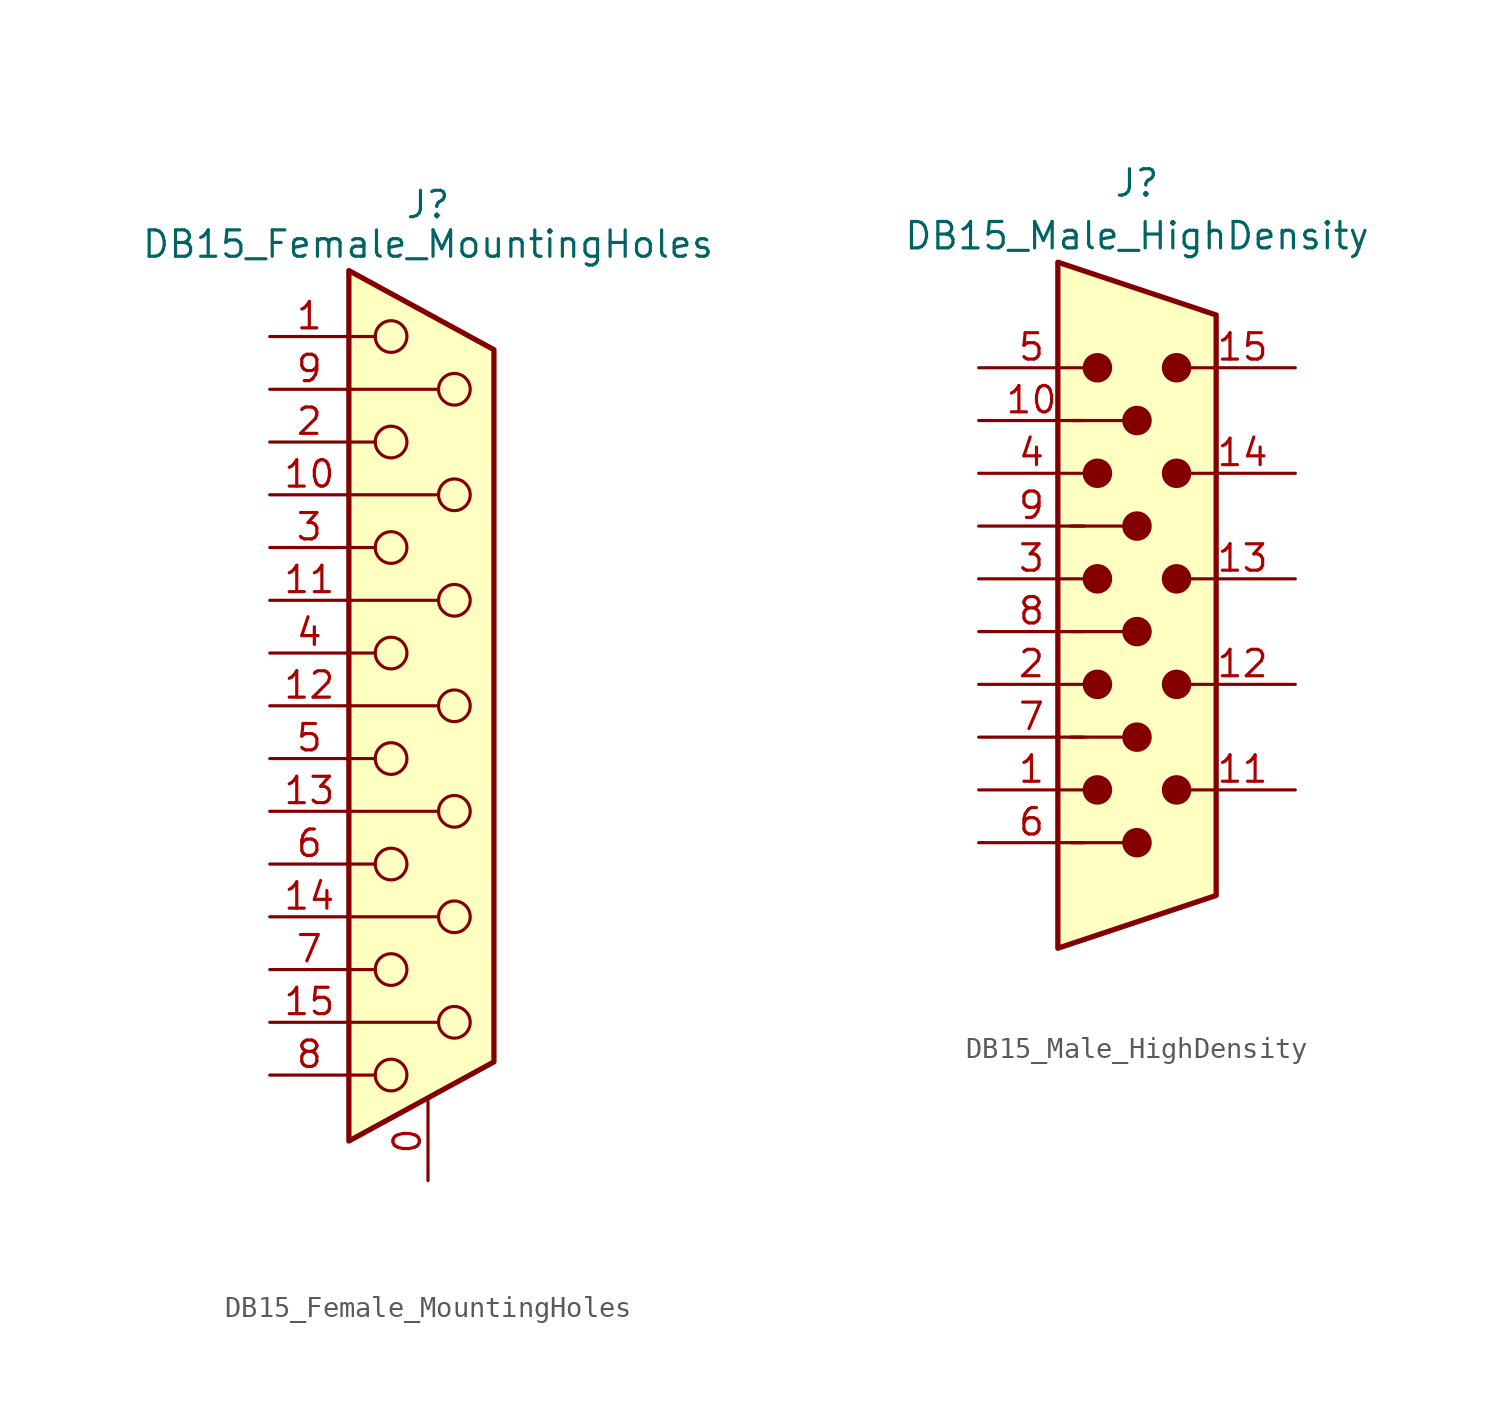
<source format=kicad_sym>
(kicad_symbol_lib
  (version 20211014)
  (generator kicad_symbol_editor)
  (symbol "DB15_Female_MountingHoles"
    (pin_names
      (offset 1.016) hide)
    (property "Reference" "J"
      (at 0 24.13 0)
      (effects (font (size 1.27 1.27))))
    (property "Value" "DB15_Female_MountingHoles"
      (at 0 22.225 0)
      (effects (font (size 1.27 1.27))))
    (symbol "DB15_Female_MountingHoles_0_1"
      (circle (center -1.778 -17.78) (radius 0.762) (stroke (width 0) (type default) (color 0 0 0 0)) (fill (type none)))
      (circle (center -1.778 -12.7) (radius 0.762) (stroke (width 0) (type default) (color 0 0 0 0)) (fill (type none)))
      (circle (center -1.778 -7.62) (radius 0.762) (stroke (width 0) (type default) (color 0 0 0 0)) (fill (type none)))
      (circle (center -1.778 -2.54) (radius 0.762) (stroke (width 0) (type default) (color 0 0 0 0)) (fill (type none)))
      (circle (center -1.778 2.54) (radius 0.762) (stroke (width 0) (type default) (color 0 0 0 0)) (fill (type none)))
      (circle (center -1.778 7.62) (radius 0.762) (stroke (width 0) (type default) (color 0 0 0 0)) (fill (type none)))
      (circle (center -1.778 12.7) (radius 0.762) (stroke (width 0) (type default) (color 0 0 0 0)) (fill (type none)))
      (circle (center -1.778 17.78) (radius 0.762) (stroke (width 0) (type default) (color 0 0 0 0)) (fill (type none)))
      (polyline (pts (xy -3.81 -17.78) (xy -2.54 -17.78)) (stroke (width 0) (type default) (color 0 0 0 0)) (fill (type none)))
      (polyline (pts (xy -3.81 -15.24) (xy 0.508 -15.24)) (stroke (width 0) (type default) (color 0 0 0 0)) (fill (type none)))
      (polyline (pts (xy -3.81 -12.7) (xy -2.54 -12.7)) (stroke (width 0) (type default) (color 0 0 0 0)) (fill (type none)))
      (polyline (pts (xy -3.81 -10.16) (xy 0.508 -10.16)) (stroke (width 0) (type default) (color 0 0 0 0)) (fill (type none)))
      (polyline (pts (xy -3.81 -7.62) (xy -2.54 -7.62)) (stroke (width 0) (type default) (color 0 0 0 0)) (fill (type none)))
      (polyline (pts (xy -3.81 -5.08) (xy 0.508 -5.08)) (stroke (width 0) (type default) (color 0 0 0 0)) (fill (type none)))
      (polyline (pts (xy -3.81 -2.54) (xy -2.54 -2.54)) (stroke (width 0) (type default) (color 0 0 0 0)) (fill (type none)))
      (polyline (pts (xy -3.81 0) (xy 0.508 0)) (stroke (width 0) (type default) (color 0 0 0 0)) (fill (type none)))
      (polyline (pts (xy -3.81 2.54) (xy -2.54 2.54)) (stroke (width 0) (type default) (color 0 0 0 0)) (fill (type none)))
      (polyline (pts (xy -3.81 5.08) (xy 0.508 5.08)) (stroke (width 0) (type default) (color 0 0 0 0)) (fill (type none)))
      (polyline (pts (xy -3.81 7.62) (xy -2.54 7.62)) (stroke (width 0) (type default) (color 0 0 0 0)) (fill (type none)))
      (polyline (pts (xy -3.81 10.16) (xy 0.508 10.16)) (stroke (width 0) (type default) (color 0 0 0 0)) (fill (type none)))
      (polyline (pts (xy -3.81 12.7) (xy -2.54 12.7)) (stroke (width 0) (type default) (color 0 0 0 0)) (fill (type none)))
      (polyline (pts (xy -3.81 15.24) (xy 0.508 15.24)) (stroke (width 0) (type default) (color 0 0 0 0)) (fill (type none)))
      (polyline (pts (xy -3.81 17.78) (xy -2.54 17.78)) (stroke (width 0) (type default) (color 0 0 0 0)) (fill (type none)))
      (polyline (pts (xy -3.81 20.955) (xy 3.175 17.145) (xy 3.175 -17.145) (xy -3.81 -20.955) (xy -3.81 20.955)) (stroke (width 0.254) (type default) (color 0 0 0 0)) (fill (type background)))
      (circle (center 1.27 -15.24) (radius 0.762) (stroke (width 0) (type default) (color 0 0 0 0)) (fill (type none)))
      (circle (center 1.27 -10.16) (radius 0.762) (stroke (width 0) (type default) (color 0 0 0 0)) (fill (type none)))
      (circle (center 1.27 -5.08) (radius 0.762) (stroke (width 0) (type default) (color 0 0 0 0)) (fill (type none)))
      (circle (center 1.27 0) (radius 0.762) (stroke (width 0) (type default) (color 0 0 0 0)) (fill (type none)))
      (circle (center 1.27 5.08) (radius 0.762) (stroke (width 0) (type default) (color 0 0 0 0)) (fill (type none)))
      (circle (center 1.27 10.16) (radius 0.762) (stroke (width 0) (type default) (color 0 0 0 0)) (fill (type none)))
      (circle (center 1.27 15.24) (radius 0.762) (stroke (width 0) (type default) (color 0 0 0 0)) (fill (type none))))
    (symbol "DB15_Female_MountingHoles_1_1"
      (pin passive line (at 0 -22.86 90) (length 3.81) (name "PAD" (effects (font (size 1.27 1.27)))) (number "0" (effects (font (size 1.27 1.27)))))
      (pin passive line (at -7.62 17.78 0) (length 3.81) (name "1" (effects (font (size 1.27 1.27)))) (number "1" (effects (font (size 1.27 1.27)))))
      (pin passive line (at -7.62 10.16 0) (length 3.81) (name "P10" (effects (font (size 1.27 1.27)))) (number "10" (effects (font (size 1.27 1.27)))))
      (pin passive line (at -7.62 5.08 0) (length 3.81) (name "P111" (effects (font (size 1.27 1.27)))) (number "11" (effects (font (size 1.27 1.27)))))
      (pin passive line (at -7.62 0 0) (length 3.81) (name "P12" (effects (font (size 1.27 1.27)))) (number "12" (effects (font (size 1.27 1.27)))))
      (pin passive line (at -7.62 -5.08 0) (length 3.81) (name "P13" (effects (font (size 1.27 1.27)))) (number "13" (effects (font (size 1.27 1.27)))))
      (pin passive line (at -7.62 -10.16 0) (length 3.81) (name "P14" (effects (font (size 1.27 1.27)))) (number "14" (effects (font (size 1.27 1.27)))))
      (pin passive line (at -7.62 -15.24 0) (length 3.81) (name "P15" (effects (font (size 1.27 1.27)))) (number "15" (effects (font (size 1.27 1.27)))))
      (pin passive line (at -7.62 12.7 0) (length 3.81) (name "2" (effects (font (size 1.27 1.27)))) (number "2" (effects (font (size 1.27 1.27)))))
      (pin passive line (at -7.62 7.62 0) (length 3.81) (name "3" (effects (font (size 1.27 1.27)))) (number "3" (effects (font (size 1.27 1.27)))))
      (pin passive line (at -7.62 2.54 0) (length 3.81) (name "4" (effects (font (size 1.27 1.27)))) (number "4" (effects (font (size 1.27 1.27)))))
      (pin passive line (at -7.62 -2.54 0) (length 3.81) (name "5" (effects (font (size 1.27 1.27)))) (number "5" (effects (font (size 1.27 1.27)))))
      (pin passive line (at -7.62 -7.62 0) (length 3.81) (name "6" (effects (font (size 1.27 1.27)))) (number "6" (effects (font (size 1.27 1.27)))))
      (pin passive line (at -7.62 -12.7 0) (length 3.81) (name "7" (effects (font (size 1.27 1.27)))) (number "7" (effects (font (size 1.27 1.27)))))
      (pin passive line (at -7.62 -17.78 0) (length 3.81) (name "8" (effects (font (size 1.27 1.27)))) (number "8" (effects (font (size 1.27 1.27)))))
      (pin passive line (at -7.62 15.24 0) (length 3.81) (name "P9" (effects (font (size 1.27 1.27)))) (number "9" (effects (font (size 1.27 1.27)))))))
  (symbol "DB15_Male_HighDensity"
    (pin_names
      (offset 1.016) hide)
    (property "Reference" "J"
      (at 0 21.59 0)
      (effects (font (size 1.27 1.27))))
    (property "Value" "DB15_Male_HighDensity"
      (at 0 19.05 0)
      (effects (font (size 1.27 1.27))))
    (symbol "DB15_Male_HighDensity_0_1"
      (circle (center -1.905 -7.62) (radius 0.635) (stroke (width 0) (type default) (color 0 0 0 0)) (fill (type outline)))
      (circle (center -1.905 -2.54) (radius 0.635) (stroke (width 0) (type default) (color 0 0 0 0)) (fill (type outline)))
      (circle (center -1.905 2.54) (radius 0.635) (stroke (width 0) (type default) (color 0 0 0 0)) (fill (type outline)))
      (circle (center -1.905 7.62) (radius 0.635) (stroke (width 0) (type default) (color 0 0 0 0)) (fill (type outline)))
      (circle (center -1.905 12.7) (radius 0.635) (stroke (width 0) (type default) (color 0 0 0 0)) (fill (type outline)))
      (circle (center 0 -10.16) (radius 0.635) (stroke (width 0) (type default) (color 0 0 0 0)) (fill (type outline)))
      (circle (center 0 -5.08) (radius 0.635) (stroke (width 0) (type default) (color 0 0 0 0)) (fill (type outline)))
      (polyline (pts (xy -3.175 -5.08) (xy -0.635 -5.08)) (stroke (width 0) (type default) (color 0 0 0 0)) (fill (type none)))
      (polyline (pts (xy -0.635 -10.16) (xy -3.175 -10.16)) (stroke (width 0) (type default) (color 0 0 0 0)) (fill (type none)))
      (polyline (pts (xy -0.635 0) (xy -3.175 0)) (stroke (width 0) (type default) (color 0 0 0 0)) (fill (type none)))
      (polyline (pts (xy -0.635 5.08) (xy -3.175 5.08)) (stroke (width 0) (type default) (color 0 0 0 0)) (fill (type none)))
      (polyline (pts (xy -0.635 10.16) (xy -3.175 10.16)) (stroke (width 0) (type default) (color 0 0 0 0)) (fill (type none)))
      (polyline (pts (xy -3.81 17.78) (xy -3.81 -15.24) (xy 3.81 -12.7) (xy 3.81 15.24) (xy -3.81 17.78)) (stroke (width 0.254) (type default) (color 0 0 0 0)) (fill (type background)))
      (circle (center 0 0) (radius 0.635) (stroke (width 0) (type default) (color 0 0 0 0)) (fill (type outline)))
      (circle (center 0 5.08) (radius 0.635) (stroke (width 0) (type default) (color 0 0 0 0)) (fill (type outline)))
      (circle (center 0 10.16) (radius 0.635) (stroke (width 0) (type default) (color 0 0 0 0)) (fill (type outline)))
      (circle (center 1.905 -7.62) (radius 0.635) (stroke (width 0) (type default) (color 0 0 0 0)) (fill (type outline)))
      (circle (center 1.905 -2.54) (radius 0.635) (stroke (width 0) (type default) (color 0 0 0 0)) (fill (type outline)))
      (circle (center 1.905 2.54) (radius 0.635) (stroke (width 0) (type default) (color 0 0 0 0)) (fill (type outline)))
      (circle (center 1.905 7.62) (radius 0.635) (stroke (width 0) (type default) (color 0 0 0 0)) (fill (type outline)))
      (circle (center 1.905 12.7) (radius 0.635) (stroke (width 0) (type default) (color 0 0 0 0)) (fill (type outline))))
    (symbol "DB15_Male_HighDensity_1_1"
      (pin passive line (at -7.62 -7.62 0) (length 5.08) (name "~" (effects (font (size 1.27 1.27)))) (number "1" (effects (font (size 1.27 1.27)))))
      (pin passive line (at -7.62 10.16 0) (length 5.08) (name "~" (effects (font (size 1.27 1.27)))) (number "10" (effects (font (size 1.27 1.27)))))
      (pin passive line (at 7.62 -7.62 180) (length 5.08) (name "~" (effects (font (size 1.27 1.27)))) (number "11" (effects (font (size 1.27 1.27)))))
      (pin passive line (at 7.62 -2.54 180) (length 5.08) (name "~" (effects (font (size 1.27 1.27)))) (number "12" (effects (font (size 1.27 1.27)))))
      (pin passive line (at 7.62 2.54 180) (length 5.08) (name "~" (effects (font (size 1.27 1.27)))) (number "13" (effects (font (size 1.27 1.27)))))
      (pin passive line (at 7.62 7.62 180) (length 5.08) (name "~" (effects (font (size 1.27 1.27)))) (number "14" (effects (font (size 1.27 1.27)))))
      (pin passive line (at 7.62 12.7 180) (length 5.08) (name "~" (effects (font (size 1.27 1.27)))) (number "15" (effects (font (size 1.27 1.27)))))
      (pin passive line (at -7.62 -2.54 0) (length 5.08) (name "~" (effects (font (size 1.27 1.27)))) (number "2" (effects (font (size 1.27 1.27)))))
      (pin passive line (at -7.62 2.54 0) (length 5.08) (name "~" (effects (font (size 1.27 1.27)))) (number "3" (effects (font (size 1.27 1.27)))))
      (pin passive line (at -7.62 7.62 0) (length 5.08) (name "~" (effects (font (size 1.27 1.27)))) (number "4" (effects (font (size 1.27 1.27)))))
      (pin passive line (at -7.62 12.7 0) (length 5.08) (name "~" (effects (font (size 1.27 1.27)))) (number "5" (effects (font (size 1.27 1.27)))))
      (pin passive line (at -7.62 -10.16 0) (length 5.08) (name "~" (effects (font (size 1.27 1.27)))) (number "6" (effects (font (size 1.27 1.27)))))
      (pin passive line (at -7.62 -5.08 0) (length 5.08) (name "~" (effects (font (size 1.27 1.27)))) (number "7" (effects (font (size 1.27 1.27)))))
      (pin passive line (at -7.62 0 0) (length 5.08) (name "~" (effects (font (size 1.27 1.27)))) (number "8" (effects (font (size 1.27 1.27)))))
      (pin passive line (at -7.62 5.08 0) (length 5.08) (name "~" (effects (font (size 1.27 1.27)))) (number "9" (effects (font (size 1.27 1.27))))))))
</source>
